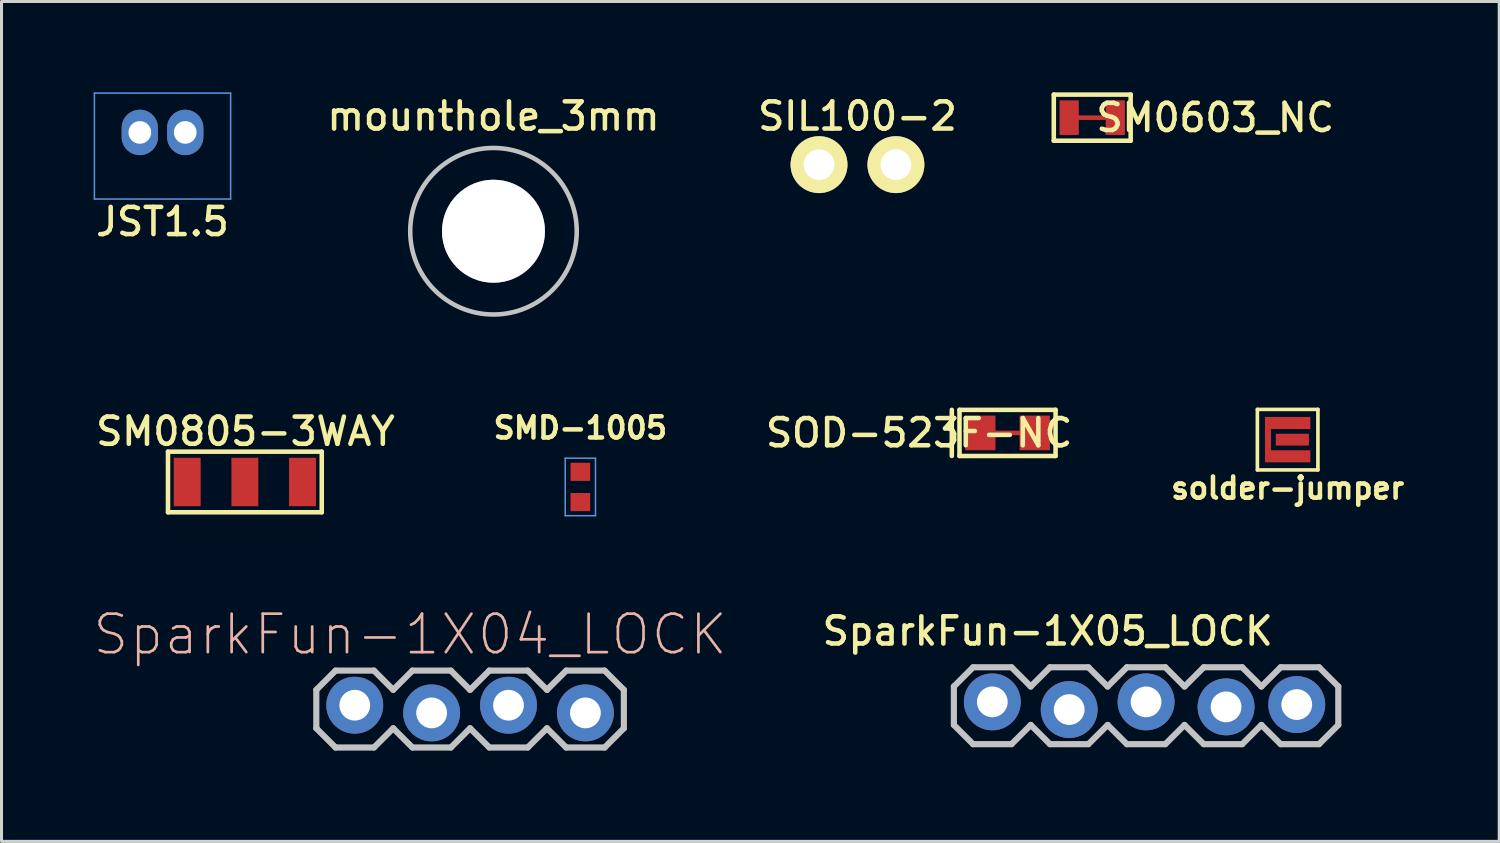
<source format=kicad_pcb>
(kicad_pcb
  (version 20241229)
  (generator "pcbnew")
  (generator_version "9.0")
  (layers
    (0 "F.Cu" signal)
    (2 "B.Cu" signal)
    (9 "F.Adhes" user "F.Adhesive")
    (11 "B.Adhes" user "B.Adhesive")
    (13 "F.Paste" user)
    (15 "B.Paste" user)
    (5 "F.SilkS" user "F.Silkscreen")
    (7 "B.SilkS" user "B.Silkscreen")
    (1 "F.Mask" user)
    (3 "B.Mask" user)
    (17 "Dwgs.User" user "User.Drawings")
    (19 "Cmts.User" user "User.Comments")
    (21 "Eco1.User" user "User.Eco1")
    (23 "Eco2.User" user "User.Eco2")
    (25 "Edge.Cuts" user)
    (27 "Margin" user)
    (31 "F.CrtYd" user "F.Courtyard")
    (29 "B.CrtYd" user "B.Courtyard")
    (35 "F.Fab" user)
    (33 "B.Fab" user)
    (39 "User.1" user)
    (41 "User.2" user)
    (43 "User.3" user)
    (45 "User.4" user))
  (footprint "SparkFun-1X04_LOCK"
    (layer "F.Cu")
    (at 8.67 20.375)
    (property "Reference" "SparkFun-1X04_LOCK" (at 1.829 -2.464 0) (layer "B.SilkS") (effects (font (size 1.27 1.27) (thickness 0.089))))
    (attr exclude_from_pos_files exclude_from_bom)
    (fp_line (start -1.27 -0.635) (end -1.27 0.635) (stroke (width 0.203) (type solid)) (layer "Dwgs.User"))
    (fp_line (start -1.27 0.635) (end -0.635 1.27) (stroke (width 0.203) (type solid)) (layer "Dwgs.User"))
    (fp_line (start -0.635 -1.27) (end -1.27 -0.635) (stroke (width 0.203) (type solid)) (layer "Dwgs.User"))
    (fp_line (start -0.635 -1.27) (end 0.635 -1.27) (stroke (width 0.203) (type solid)) (layer "Dwgs.User"))
    (fp_line (start -0.254 -0.254) (end 0.254 -0.254) (stroke (width 0.066) (type solid)) (layer "Dwgs.User"))
    (fp_line (start -0.254 0.254) (end -0.254 -0.254) (stroke (width 0.066) (type solid)) (layer "Dwgs.User"))
    (fp_line (start -0.254 0.254) (end 0.254 0.254) (stroke (width 0.066) (type solid)) (layer "Dwgs.User"))
    (fp_line (start 0.254 0.254) (end 0.254 -0.254) (stroke (width 0.066) (type solid)) (layer "Dwgs.User"))
    (fp_line (start 0.635 -1.27) (end 1.27 -0.635) (stroke (width 0.203) (type solid)) (layer "Dwgs.User"))
    (fp_line (start 0.635 1.27) (end -0.635 1.27) (stroke (width 0.203) (type solid)) (layer "Dwgs.User"))
    (fp_line (start 1.27 -0.635) (end 1.905 -1.27) (stroke (width 0.203) (type solid)) (layer "Dwgs.User"))
    (fp_line (start 1.27 0.635) (end 0.635 1.27) (stroke (width 0.203) (type solid)) (layer "Dwgs.User"))
    (fp_line (start 1.905 -1.27) (end 3.175 -1.27) (stroke (width 0.203) (type solid)) (layer "Dwgs.User"))
    (fp_line (start 1.905 1.27) (end 1.27 0.635) (stroke (width 0.203) (type solid)) (layer "Dwgs.User"))
    (fp_line (start 2.286 -0.254) (end 2.794 -0.254) (stroke (width 0.066) (type solid)) (layer "Dwgs.User"))
    (fp_line (start 2.286 0.254) (end 2.286 -0.254) (stroke (width 0.066) (type solid)) (layer "Dwgs.User"))
    (fp_line (start 2.286 0.254) (end 2.794 0.254) (stroke (width 0.066) (type solid)) (layer "Dwgs.User"))
    (fp_line (start 2.794 0.254) (end 2.794 -0.254) (stroke (width 0.066) (type solid)) (layer "Dwgs.User"))
    (fp_line (start 3.175 -1.27) (end 3.81 -0.635) (stroke (width 0.203) (type solid)) (layer "Dwgs.User"))
    (fp_line (start 3.175 1.27) (end 1.905 1.27) (stroke (width 0.203) (type solid)) (layer "Dwgs.User"))
    (fp_line (start 3.81 -0.635) (end 4.445 -1.27) (stroke (width 0.203) (type solid)) (layer "Dwgs.User"))
    (fp_line (start 3.81 0.635) (end 3.175 1.27) (stroke (width 0.203) (type solid)) (layer "Dwgs.User"))
    (fp_line (start 4.445 -1.27) (end 5.715 -1.27) (stroke (width 0.203) (type solid)) (layer "Dwgs.User"))
    (fp_line (start 4.445 1.27) (end 3.81 0.635) (stroke (width 0.203) (type solid)) (layer "Dwgs.User"))
    (fp_line (start 4.826 -0.254) (end 5.334 -0.254) (stroke (width 0.066) (type solid)) (layer "Dwgs.User"))
    (fp_line (start 4.826 0.254) (end 4.826 -0.254) (stroke (width 0.066) (type solid)) (layer "Dwgs.User"))
    (fp_line (start 4.826 0.254) (end 5.334 0.254) (stroke (width 0.066) (type solid)) (layer "Dwgs.User"))
    (fp_line (start 5.334 0.254) (end 5.334 -0.254) (stroke (width 0.066) (type solid)) (layer "Dwgs.User"))
    (fp_line (start 5.715 -1.27) (end 6.35 -0.635) (stroke (width 0.203) (type solid)) (layer "Dwgs.User"))
    (fp_line (start 5.715 1.27) (end 4.445 1.27) (stroke (width 0.203) (type solid)) (layer "Dwgs.User"))
    (fp_line (start 6.35 0.635) (end 5.715 1.27) (stroke (width 0.203) (type solid)) (layer "Dwgs.User"))
    (fp_line (start 6.35 0.635) (end 6.985 1.27) (stroke (width 0.203) (type solid)) (layer "Dwgs.User"))
    (fp_line (start 6.985 -1.27) (end 6.35 -0.635) (stroke (width 0.203) (type solid)) (layer "Dwgs.User"))
    (fp_line (start 6.985 -1.27) (end 8.255 -1.27) (stroke (width 0.203) (type solid)) (layer "Dwgs.User"))
    (fp_line (start 7.366 -0.254) (end 7.874 -0.254) (stroke (width 0.066) (type solid)) (layer "Dwgs.User"))
    (fp_line (start 7.366 0.254) (end 7.366 -0.254) (stroke (width 0.066) (type solid)) (layer "Dwgs.User"))
    (fp_line (start 7.366 0.254) (end 7.874 0.254) (stroke (width 0.066) (type solid)) (layer "Dwgs.User"))
    (fp_line (start 7.874 0.254) (end 7.874 -0.254) (stroke (width 0.066) (type solid)) (layer "Dwgs.User"))
    (fp_line (start 8.255 -1.27) (end 8.89 -0.635) (stroke (width 0.203) (type solid)) (layer "Dwgs.User"))
    (fp_line (start 8.255 1.27) (end 6.985 1.27) (stroke (width 0.203) (type solid)) (layer "Dwgs.User"))
    (fp_line (start 8.89 -0.635) (end 8.89 0.635) (stroke (width 0.203) (type solid)) (layer "Dwgs.User"))
    (fp_line (start 8.89 0.635) (end 8.255 1.27) (stroke (width 0.203) (type solid)) (layer "Dwgs.User"))
    (pad "1" thru_hole circle (at 0 -0.127) (size 1.88 1.88) (drill 1.016) (layers "*.Cu" "*.Mask"))
    (pad "2" thru_hole circle (at 2.54 0.127) (size 1.88 1.88) (drill 1.016) (layers "*.Cu" "*.Mask"))
    (pad "3" thru_hole circle (at 5.08 -0.127) (size 1.88 1.88) (drill 1.016) (layers "*.Cu" "*.Mask"))
    (pad "4" thru_hole circle (at 7.62 0.127) (size 1.88 1.88) (drill 1.016) (layers "*.Cu" "*.Mask")))
  (footprint "SIL100-2"
    (layer "F.Cu")
    (at 25.278 2.389)
    (property "Reference" "SIL100-2" (at 0 -1.6 0) (layer "F.SilkS") (effects (font (size 0.899 0.899) (thickness 0.15))))
    (attr through_hole)
    (pad "1" thru_hole circle (at -1.27 0) (size 1.88 1.88) (drill 1.016) (layers "*.Cu" "*.Mask" "F.SilkS"))
    (pad "2" thru_hole circle (at 1.27 0) (size 1.88 1.88) (drill 1.016) (layers "*.Cu" "*.Mask" "F.SilkS")))
  (footprint "mounthole_3mm"
    (layer "F.Cu")
    (at 13.253 4.589)
    (property "Reference" "mounthole_3mm" (at 0 -3.8 0) (layer "F.SilkS") (effects (font (size 0.899 0.899) (thickness 0.15))))
    (attr through_hole)
    (fp_circle (center 0 0) (end 2.751 0) (stroke (width 0.15) (type solid)) (fill no) (layer "Dwgs.User"))
    (pad "1" thru_hole circle (at 0 0) (size 3.404 3.404) (drill 3.401) (layers "*.Cu" "*.Mask")))
  (footprint "JST1.5"
    (layer "F.Cu")
    (at 2.319 1.325)
    (property "Reference" "JST1.5" (at 0 2.95 0) (layer "F.SilkS") (effects (font (size 0.899 0.899) (thickness 0.15))))
    (attr through_hole)
    (fp_line (start -2.25 -1.3) (end 2.25 -1.3) (stroke (width 0.05) (type solid)) (layer "Cmts.User"))
    (fp_line (start -2.25 2.2) (end -2.25 -1.3) (stroke (width 0.05) (type solid)) (layer "Cmts.User"))
    (fp_line (start 2.25 -1.3) (end 2.25 2.2) (stroke (width 0.05) (type solid)) (layer "Cmts.User"))
    (fp_line (start 2.25 2.2) (end -2.25 2.2) (stroke (width 0.05) (type solid)) (layer "Cmts.User"))
    (pad "1" thru_hole oval (at -0.75 0) (size 1.2 1.5) (drill 0.75) (layers "*.Cu" "*.Mask"))
    (pad "2" thru_hole oval (at 0.75 0) (size 1.2 1.5) (drill 0.75) (layers "*.Cu" "*.Mask")))
  (footprint "SM0805-3WAY"
    (layer "F.Cu")
    (at 5.04 12.873)
    (property "Reference" "SM0805-3WAY" (at 0.019 -1.67 180) (layer "F.SilkS") (effects (font (size 0.899 0.899) (thickness 0.15))))
    (attr smd)
    (fp_line (start -2.54 -1.001) (end 2.54 -1.001) (stroke (width 0.15) (type solid)) (layer "F.SilkS"))
    (fp_line (start -2.54 1.001) (end -2.54 -1.001) (stroke (width 0.15) (type solid)) (layer "F.SilkS"))
    (fp_line (start 2.54 -1.001) (end 2.54 1.001) (stroke (width 0.15) (type solid)) (layer "F.SilkS"))
    (fp_line (start 2.54 1.001) (end -2.54 1.001) (stroke (width 0.15) (type solid)) (layer "F.SilkS"))
    (pad "1" smd rect (at -1.905 0) (size 0.889 1.6) (layers "F.Cu" "F.Mask"))
    (pad "2" smd rect (at 0 0) (size 0.889 1.6) (layers "F.Cu" "F.Mask"))
    (pad "3" smd rect (at 1.905 0) (size 0.889 1.6) (layers "F.Cu" "F.Mask")))
  (footprint "SM0603_NC"
    (layer "F.Cu")
    (at 33.034 0.837)
    (property "Reference" "SM0603_NC" (at 4.064 0 0) (layer "F.SilkS") (effects (font (size 0.899 0.899) (thickness 0.15))))
    (attr smd)
    (fp_line (start 0.5 0) (end -0.5 0) (stroke (width 0.15) (type solid)) (layer "F.Cu"))
    (fp_line (start -1.27 -0.762) (end 1.27 -0.762) (stroke (width 0.15) (type solid)) (layer "F.SilkS"))
    (fp_line (start -1.27 0.762) (end -1.27 -0.762) (stroke (width 0.15) (type solid)) (layer "F.SilkS"))
    (fp_line (start 1.27 -0.762) (end 1.27 0.762) (stroke (width 0.15) (type solid)) (layer "F.SilkS"))
    (fp_line (start 1.27 0.762) (end -1.27 0.762) (stroke (width 0.15) (type solid)) (layer "F.SilkS"))
    (pad "" smd rect (at 0 0) (size 0.899 1.143) (layers "F.Mask"))
    (pad "1" smd rect (at -0.762 0) (size 0.635 1.143) (layers "F.Cu" "F.Mask"))
    (pad "2" smd rect (at 0.762 0) (size 0.635 1.143) (layers "F.Cu" "F.Mask")))
  (footprint "SparkFun-1X05_LOCK"
    (layer "F.Cu")
    (at 29.733 20.265)
    (property "Reference" "SparkFun-1X05_LOCK" (at 1.829 -2.464 0) (layer "F.SilkS") (effects (font (size 0.899 0.899) (thickness 0.15))))
    (attr exclude_from_pos_files exclude_from_bom)
    (fp_line (start -1.27 -0.635) (end -1.27 0.635) (stroke (width 0.203) (type solid)) (layer "Dwgs.User"))
    (fp_line (start -1.27 0.635) (end -0.635 1.27) (stroke (width 0.203) (type solid)) (layer "Dwgs.User"))
    (fp_line (start -0.635 -1.27) (end -1.27 -0.635) (stroke (width 0.203) (type solid)) (layer "Dwgs.User"))
    (fp_line (start -0.635 -1.27) (end 0.635 -1.27) (stroke (width 0.203) (type solid)) (layer "Dwgs.User"))
    (fp_line (start -0.254 -0.254) (end 0.254 -0.254) (stroke (width 0.066) (type solid)) (layer "Dwgs.User"))
    (fp_line (start -0.254 0.254) (end -0.254 -0.254) (stroke (width 0.066) (type solid)) (layer "Dwgs.User"))
    (fp_line (start -0.254 0.254) (end 0.254 0.254) (stroke (width 0.066) (type solid)) (layer "Dwgs.User"))
    (fp_line (start 0.254 0.254) (end 0.254 -0.254) (stroke (width 0.066) (type solid)) (layer "Dwgs.User"))
    (fp_line (start 0.635 -1.27) (end 1.27 -0.635) (stroke (width 0.203) (type solid)) (layer "Dwgs.User"))
    (fp_line (start 0.635 1.27) (end -0.635 1.27) (stroke (width 0.203) (type solid)) (layer "Dwgs.User"))
    (fp_line (start 1.27 -0.635) (end 1.905 -1.27) (stroke (width 0.203) (type solid)) (layer "Dwgs.User"))
    (fp_line (start 1.27 0.635) (end 0.635 1.27) (stroke (width 0.203) (type solid)) (layer "Dwgs.User"))
    (fp_line (start 1.905 -1.27) (end 3.175 -1.27) (stroke (width 0.203) (type solid)) (layer "Dwgs.User"))
    (fp_line (start 1.905 1.27) (end 1.27 0.635) (stroke (width 0.203) (type solid)) (layer "Dwgs.User"))
    (fp_line (start 2.286 -0.254) (end 2.794 -0.254) (stroke (width 0.066) (type solid)) (layer "Dwgs.User"))
    (fp_line (start 2.286 0.254) (end 2.286 -0.254) (stroke (width 0.066) (type solid)) (layer "Dwgs.User"))
    (fp_line (start 2.286 0.254) (end 2.794 0.254) (stroke (width 0.066) (type solid)) (layer "Dwgs.User"))
    (fp_line (start 2.794 0.254) (end 2.794 -0.254) (stroke (width 0.066) (type solid)) (layer "Dwgs.User"))
    (fp_line (start 3.175 -1.27) (end 3.81 -0.635) (stroke (width 0.203) (type solid)) (layer "Dwgs.User"))
    (fp_line (start 3.175 1.27) (end 1.905 1.27) (stroke (width 0.203) (type solid)) (layer "Dwgs.User"))
    (fp_line (start 3.81 -0.635) (end 4.445 -1.27) (stroke (width 0.203) (type solid)) (layer "Dwgs.User"))
    (fp_line (start 3.81 0.635) (end 3.175 1.27) (stroke (width 0.203) (type solid)) (layer "Dwgs.User"))
    (fp_line (start 4.445 -1.27) (end 5.715 -1.27) (stroke (width 0.203) (type solid)) (layer "Dwgs.User"))
    (fp_line (start 4.445 1.27) (end 3.81 0.635) (stroke (width 0.203) (type solid)) (layer "Dwgs.User"))
    (fp_line (start 4.826 -0.254) (end 5.334 -0.254) (stroke (width 0.066) (type solid)) (layer "Dwgs.User"))
    (fp_line (start 4.826 0.254) (end 4.826 -0.254) (stroke (width 0.066) (type solid)) (layer "Dwgs.User"))
    (fp_line (start 4.826 0.254) (end 5.334 0.254) (stroke (width 0.066) (type solid)) (layer "Dwgs.User"))
    (fp_line (start 5.334 0.254) (end 5.334 -0.254) (stroke (width 0.066) (type solid)) (layer "Dwgs.User"))
    (fp_line (start 5.715 -1.27) (end 6.35 -0.635) (stroke (width 0.203) (type solid)) (layer "Dwgs.User"))
    (fp_line (start 5.715 1.27) (end 4.445 1.27) (stroke (width 0.203) (type solid)) (layer "Dwgs.User"))
    (fp_line (start 6.35 0.635) (end 5.715 1.27) (stroke (width 0.203) (type solid)) (layer "Dwgs.User"))
    (fp_line (start 6.35 0.635) (end 6.985 1.27) (stroke (width 0.203) (type solid)) (layer "Dwgs.User"))
    (fp_line (start 6.985 -1.27) (end 6.35 -0.635) (stroke (width 0.203) (type solid)) (layer "Dwgs.User"))
    (fp_line (start 6.985 -1.27) (end 8.255 -1.27) (stroke (width 0.203) (type solid)) (layer "Dwgs.User"))
    (fp_line (start 7.366 -0.254) (end 7.874 -0.254) (stroke (width 0.066) (type solid)) (layer "Dwgs.User"))
    (fp_line (start 7.366 0.254) (end 7.366 -0.254) (stroke (width 0.066) (type solid)) (layer "Dwgs.User"))
    (fp_line (start 7.366 0.254) (end 7.874 0.254) (stroke (width 0.066) (type solid)) (layer "Dwgs.User"))
    (fp_line (start 7.874 0.254) (end 7.874 -0.254) (stroke (width 0.066) (type solid)) (layer "Dwgs.User"))
    (fp_line (start 8.255 -1.27) (end 8.89 -0.635) (stroke (width 0.203) (type solid)) (layer "Dwgs.User"))
    (fp_line (start 8.255 1.27) (end 6.985 1.27) (stroke (width 0.203) (type solid)) (layer "Dwgs.User"))
    (fp_line (start 8.89 -0.635) (end 9.525 -1.27) (stroke (width 0.203) (type solid)) (layer "Dwgs.User"))
    (fp_line (start 8.89 0.635) (end 8.255 1.27) (stroke (width 0.203) (type solid)) (layer "Dwgs.User"))
    (fp_line (start 9.525 -1.27) (end 10.795 -1.27) (stroke (width 0.203) (type solid)) (layer "Dwgs.User"))
    (fp_line (start 9.525 1.27) (end 8.89 0.635) (stroke (width 0.203) (type solid)) (layer "Dwgs.User"))
    (fp_line (start 9.906 -0.254) (end 10.414 -0.254) (stroke (width 0.066) (type solid)) (layer "Dwgs.User"))
    (fp_line (start 9.906 0.254) (end 9.906 -0.254) (stroke (width 0.066) (type solid)) (layer "Dwgs.User"))
    (fp_line (start 9.906 0.254) (end 10.414 0.254) (stroke (width 0.066) (type solid)) (layer "Dwgs.User"))
    (fp_line (start 10.414 0.254) (end 10.414 -0.254) (stroke (width 0.066) (type solid)) (layer "Dwgs.User"))
    (fp_line (start 10.795 -1.27) (end 11.43 -0.635) (stroke (width 0.203) (type solid)) (layer "Dwgs.User"))
    (fp_line (start 10.795 1.27) (end 9.525 1.27) (stroke (width 0.203) (type solid)) (layer "Dwgs.User"))
    (fp_line (start 11.43 -0.635) (end 11.43 0.635) (stroke (width 0.203) (type solid)) (layer "Dwgs.User"))
    (fp_line (start 11.43 0.635) (end 10.795 1.27) (stroke (width 0.203) (type solid)) (layer "Dwgs.User"))
    (pad "1" thru_hole circle (at 0 -0.127) (size 1.88 1.88) (drill 1.016) (layers "*.Cu" "*.Mask"))
    (pad "2" thru_hole circle (at 2.54 0.127) (size 1.88 1.88) (drill 1.016) (layers "*.Cu" "*.Mask"))
    (pad "3" thru_hole circle (at 5.08 -0.127) (size 1.88 1.88) (drill 1.016) (layers "*.Cu" "*.Mask"))
    (pad "4" thru_hole circle (at 7.722 0.038) (size 1.88 1.88) (drill 1.016) (layers "*.Cu" "*.Mask"))
    (pad "5" thru_hole circle (at 10.058 -0.038) (size 1.88 1.88) (drill 1.016) (layers "*.Cu" "*.Mask")))
  (footprint "solder-jumper"
    (layer "F.Cu")
    (at 39.49 11.475)
    (property "Reference" "solder-jumper" (at 0 1.6 0) (layer "F.SilkS") (effects (font (size 0.7 0.7) (thickness 0.15))))
    (attr through_hole)
    (fp_line (start -1 -1) (end 1 -1) (stroke (width 0.12) (type solid)) (layer "F.SilkS"))
    (fp_line (start -1 1) (end -1 -1) (stroke (width 0.12) (type solid)) (layer "F.SilkS"))
    (fp_line (start 1 -1) (end 1 1) (stroke (width 0.12) (type solid)) (layer "F.SilkS"))
    (fp_line (start 1 1) (end -1 1) (stroke (width 0.12) (type solid)) (layer "F.SilkS"))
    (pad "1" smd rect (at -0.65 0) (size 0.2 1.5) (layers "F.Cu" "F.Mask"))
    (pad "1" smd rect (at 0.1 -0.55) (size 1.3 0.4) (layers "F.Cu" "F.Mask"))
    (pad "1" smd rect (at 0.1 0.55) (size 1.3 0.4) (layers "F.Cu" "F.Mask"))
    (pad "2" smd rect (at 0.155 0) (size 1.095 0.39) (layers "F.Cu" "F.Mask")))
  (footprint "SMD-1005"
    (layer "F.Cu")
    (at 16.123 13.037)
    (property "Reference" "SMD-1005" (at 0 -1.95 0) (layer "F.SilkS") (effects (font (size 0.7 0.7) (thickness 0.15))))
    (attr through_hole)
    (fp_line (start -0.5 -0.95) (end 0.5 -0.95) (stroke (width 0.05) (type solid)) (layer "Cmts.User"))
    (fp_line (start -0.5 0.95) (end -0.5 -0.95) (stroke (width 0.05) (type solid)) (layer "Cmts.User"))
    (fp_line (start 0.5 -0.95) (end 0.5 0.95) (stroke (width 0.05) (type solid)) (layer "Cmts.User"))
    (fp_line (start 0.5 0.95) (end -0.5 0.95) (stroke (width 0.05) (type solid)) (layer "Cmts.User"))
    (pad "1" smd rect (at 0 -0.5) (size 0.65 0.6) (layers "F.Cu" "F.Mask" "F.Paste"))
    (pad "2" smd rect (at 0 0.5) (size 0.65 0.6) (layers "F.Cu" "F.Mask" "F.Paste")))
  (footprint "SOD-523F-NC"
    (layer "F.Cu")
    (at 30.236 11.252)
    (property "Reference" "SOD-523F-NC" (at -2.921 0 180) (layer "F.SilkS") (effects (font (size 0.899 0.899) (thickness 0.15))))
    (attr through_hole)
    (fp_line (start -0.699 0) (end 0.699 0) (stroke (width 0.15) (type solid)) (layer "F.Cu"))
    (fp_line (start -1.841 -0.762) (end -1.841 0.762) (stroke (width 0.15) (type solid)) (layer "F.SilkS"))
    (fp_line (start -1.587 -0.762) (end 1.587 -0.762) (stroke (width 0.15) (type solid)) (layer "F.SilkS"))
    (fp_line (start -1.587 0.762) (end -1.587 -0.762) (stroke (width 0.15) (type solid)) (layer "F.SilkS"))
    (fp_line (start 1.587 -0.762) (end 1.587 0.762) (stroke (width 0.15) (type solid)) (layer "F.SilkS"))
    (fp_line (start 1.587 0.762) (end -1.587 0.762) (stroke (width 0.15) (type solid)) (layer "F.SilkS"))
    (pad "A" smd rect (at 0.899 0) (size 1.001 1.143) (layers "F.Cu" "F.Mask"))
    (pad "C" smd rect (at -0.899 0) (size 1.001 1.143) (layers "F.Cu" "F.Mask")))
  (gr_rect
    (start -3 -3)
    (end 46.479 24.747)
    (stroke (width 0.1) (type default))
    (fill no)
    (layer "Edge.Cuts")))
</source>
